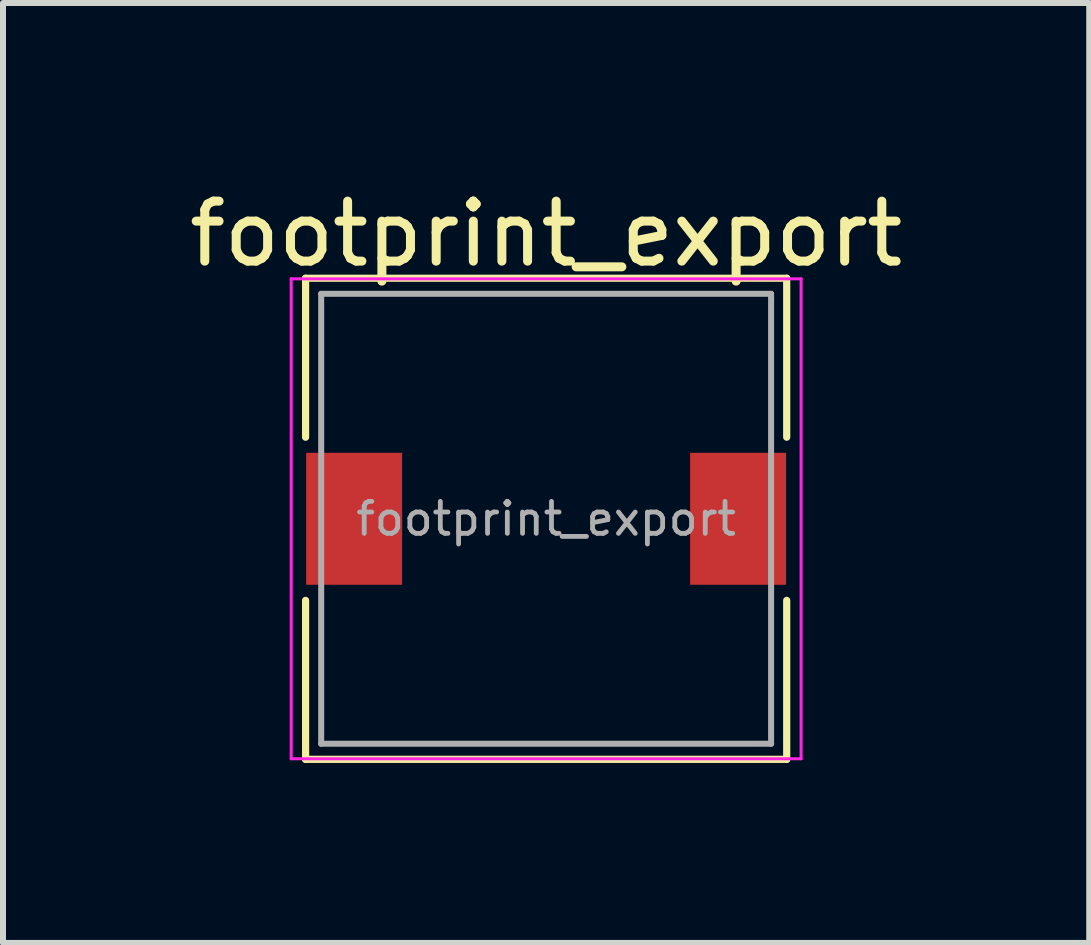
<source format=kicad_pcb>
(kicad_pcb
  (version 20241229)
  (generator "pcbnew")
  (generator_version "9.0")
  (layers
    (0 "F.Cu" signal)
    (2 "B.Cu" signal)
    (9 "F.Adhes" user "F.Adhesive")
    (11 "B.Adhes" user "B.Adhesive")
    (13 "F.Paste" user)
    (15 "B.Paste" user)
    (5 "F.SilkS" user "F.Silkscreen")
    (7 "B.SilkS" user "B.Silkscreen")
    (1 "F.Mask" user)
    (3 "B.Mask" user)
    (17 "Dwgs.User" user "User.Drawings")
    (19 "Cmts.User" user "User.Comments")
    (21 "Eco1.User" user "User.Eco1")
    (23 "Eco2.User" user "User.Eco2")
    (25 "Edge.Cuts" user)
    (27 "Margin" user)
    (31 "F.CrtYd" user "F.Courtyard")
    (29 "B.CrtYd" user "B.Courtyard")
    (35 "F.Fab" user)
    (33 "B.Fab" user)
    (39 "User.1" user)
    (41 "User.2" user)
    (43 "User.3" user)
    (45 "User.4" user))
  (footprint "footprint_export"
    (layer "F.Cu")
    (at 6.054 5.598)
    (property "Reference" "footprint_export" (at 0 -4.75 0) (layer "F.SilkS") (effects (font (size 1 1) (thickness 0.15))))
    (attr smd)
    (fp_line (start -4.01 -4.01) (end -4.01 -1.36) (stroke (width 0.12) (type solid)) (layer "F.SilkS"))
    (fp_line (start -4.01 -4.01) (end 4.01 -4.01) (stroke (width 0.12) (type solid)) (layer "F.SilkS"))
    (fp_line (start -4.01 4.01) (end -4.01 1.36) (stroke (width 0.12) (type solid)) (layer "F.SilkS"))
    (fp_line (start -4.01 4.01) (end 4.01 4.01) (stroke (width 0.12) (type solid)) (layer "F.SilkS"))
    (fp_line (start 4.01 -4.01) (end 4.01 -1.36) (stroke (width 0.12) (type solid)) (layer "F.SilkS"))
    (fp_line (start 4.01 4.01) (end 4.01 1.36) (stroke (width 0.12) (type solid)) (layer "F.SilkS"))
    (fp_line (start -4.25 -4) (end -4.25 4) (stroke (width 0.05) (type solid)) (layer "F.CrtYd"))
    (fp_line (start -4.25 4) (end 4.25 4) (stroke (width 0.05) (type solid)) (layer "F.CrtYd"))
    (fp_line (start 4.25 -4) (end -4.25 -4) (stroke (width 0.05) (type solid)) (layer "F.CrtYd"))
    (fp_line (start 4.25 4) (end 4.25 -4) (stroke (width 0.05) (type solid)) (layer "F.CrtYd"))
    (fp_line (start -3.75 -3.75) (end -3.75 3.75) (stroke (width 0.1) (type solid)) (layer "F.Fab"))
    (fp_line (start -3.75 3.75) (end 3.75 3.75) (stroke (width 0.1) (type solid)) (layer "F.Fab"))
    (fp_line (start 3.75 -3.75) (end -3.75 -3.75) (stroke (width 0.1) (type solid)) (layer "F.Fab"))
    (fp_line (start 3.75 3.75) (end 3.75 -3.75) (stroke (width 0.1) (type solid)) (layer "F.Fab"))
    (fp_text user "${REFERENCE}" (at 0 0 0) (layer "F.Fab") (effects (font (size 0.533 0.533) (thickness 0.08))))
    (pad "1" smd rect (at -3.2 0) (size 1.6 2.2) (layers "F.Cu" "F.Mask" "F.Paste"))
    (pad "2" smd rect (at 3.2 0) (size 1.6 2.2) (layers "F.Cu" "F.Mask" "F.Paste")))
  (gr_rect
    (start -3 -3)
    (end 15.107 12.668)
    (stroke (width 0.1) (type default))
    (fill no)
    (layer "Edge.Cuts")))
</source>
